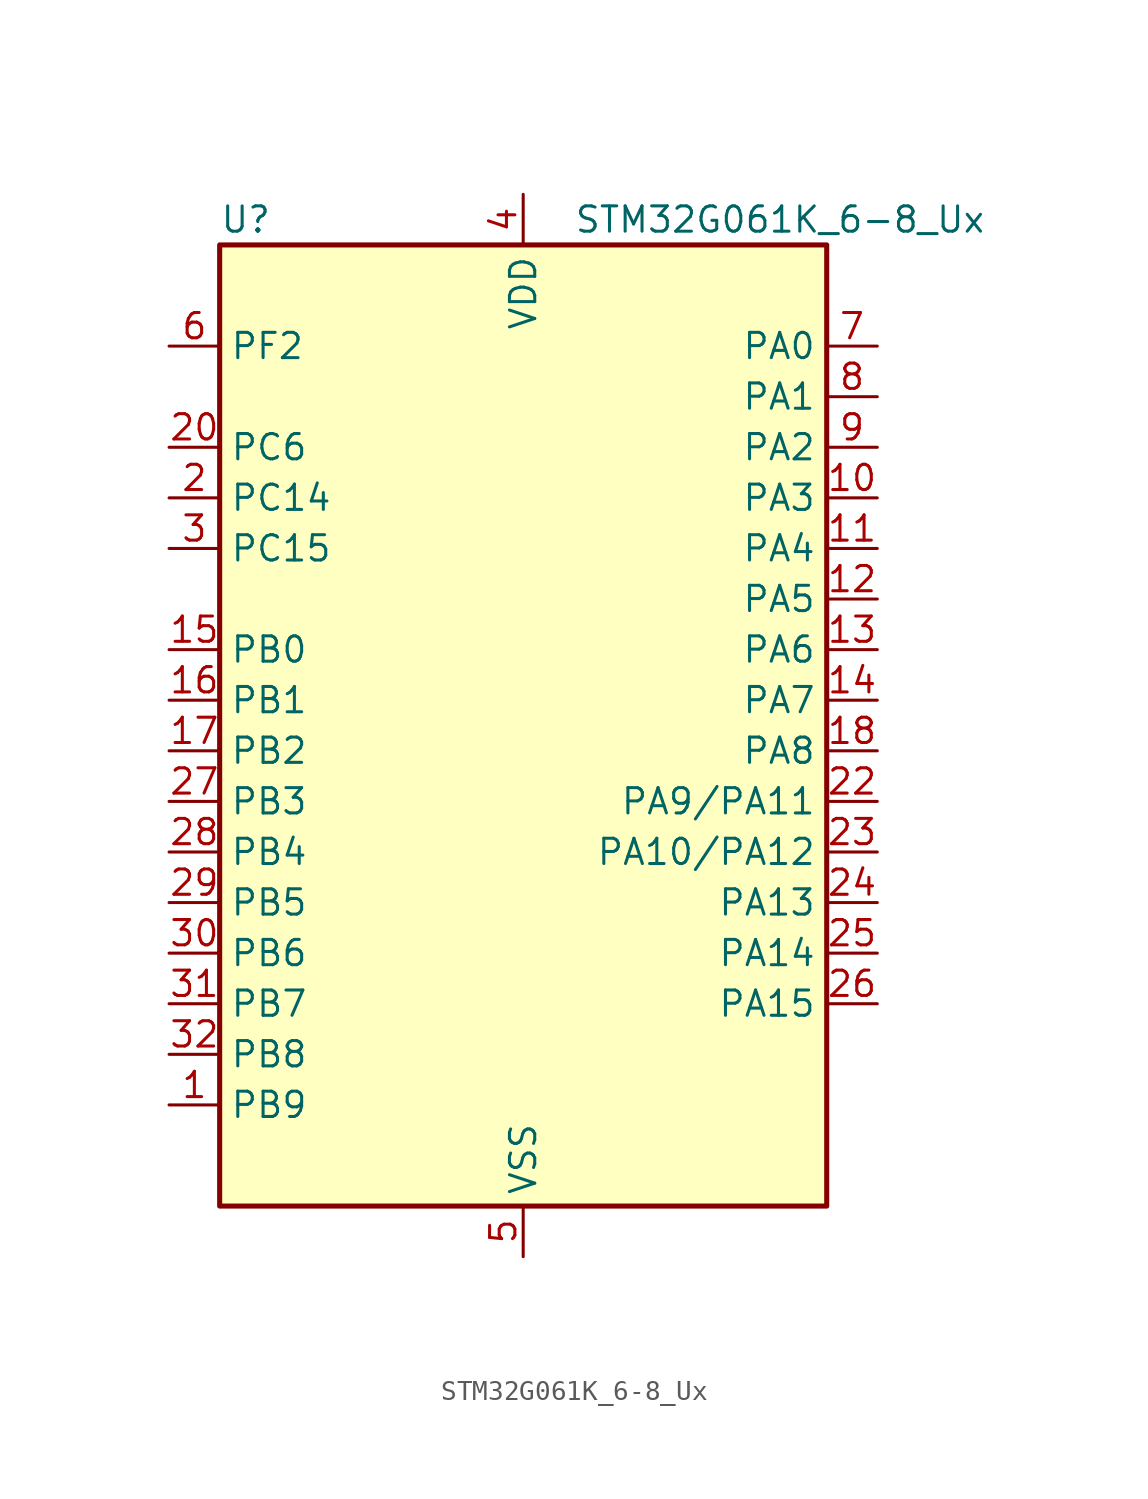
<source format=kicad_sym>
(kicad_symbol_lib
  (version 20241209)
  (generator "kicad_symbol_editor")
  (generator_version "9.0")
  (symbol "STM32G061K_6-8_Ux"
    (property "Reference" "U"
      (at -15.24 26.67 0)
      (effects (font (size 1.27 1.27)) (justify left)))
    (property "Value" "STM32G061K_6-8_Ux"
      (at 2.54 26.67 0)
      (effects (font (size 1.27 1.27)) (justify left)))
    (symbol "STM32G061K_6-8_Ux_0_1"
      (rectangle (start -15.24 -22.86) (end 15.24 25.4) (stroke (width 0.254) (type default)) (fill (type background))))
    (symbol "STM32G061K_6-8_Ux_1_1"
      (pin bidirectional line (at -17.78 20.32 0) (length 2.54) (name "PF2" (effects (font (size 1.27 1.27)))) (number "6" (effects (font (size 1.27 1.27)))) (alternate "RCC_MCO" bidirectional line))
      (pin bidirectional line (at -17.78 15.24 0) (length 2.54) (name "PC6" (effects (font (size 1.27 1.27)))) (number "20" (effects (font (size 1.27 1.27)))) (alternate "TIM2_CH3" bidirectional line) (alternate "TIM3_CH1" bidirectional line))
      (pin bidirectional line (at -17.78 12.7 0) (length 2.54) (name "PC14" (effects (font (size 1.27 1.27)))) (number "2" (effects (font (size 1.27 1.27)))) (alternate "RCC_OSC32_IN" bidirectional line) (alternate "RCC_OSC_IN" bidirectional line) (alternate "TIM1_BK2" bidirectional line))
      (pin bidirectional line (at -17.78 10.16 0) (length 2.54) (name "PC15" (effects (font (size 1.27 1.27)))) (number "3" (effects (font (size 1.27 1.27)))) (alternate "RCC_OSC32_EN" bidirectional line) (alternate "RCC_OSC32_OUT" bidirectional line) (alternate "RCC_OSC_EN" bidirectional line) (alternate "TIM15_BK" bidirectional line))
      (pin bidirectional line (at -17.78 5.08 0) (length 2.54) (name "PB0" (effects (font (size 1.27 1.27)))) (number "15" (effects (font (size 1.27 1.27)))) (alternate "ADC1_IN8" bidirectional line) (alternate "COMP1_OUT" bidirectional line) (alternate "I2S1_WS" bidirectional line) (alternate "LPTIM1_OUT" bidirectional line) (alternate "SPI1_NSS" bidirectional line) (alternate "TIM1_CH2N" bidirectional line) (alternate "TIM3_CH3" bidirectional line))
      (pin bidirectional line (at -17.78 2.54 0) (length 2.54) (name "PB1" (effects (font (size 1.27 1.27)))) (number "16" (effects (font (size 1.27 1.27)))) (alternate "ADC1_IN9" bidirectional line) (alternate "COMP1_INM" bidirectional line) (alternate "LPTIM2_IN1" bidirectional line) (alternate "LPUART1_DE" bidirectional line) (alternate "LPUART1_RTS" bidirectional line) (alternate "TIM14_CH1" bidirectional line) (alternate "TIM1_CH3N" bidirectional line) (alternate "TIM3_CH4" bidirectional line))
      (pin bidirectional line (at -17.78 0 0) (length 2.54) (name "PB2" (effects (font (size 1.27 1.27)))) (number "17" (effects (font (size 1.27 1.27)))) (alternate "ADC1_IN10" bidirectional line) (alternate "COMP1_INP" bidirectional line) (alternate "LPTIM1_OUT" bidirectional line) (alternate "SPI2_MISO" bidirectional line))
      (pin bidirectional line (at -17.78 -2.54 0) (length 2.54) (name "PB3" (effects (font (size 1.27 1.27)))) (number "27" (effects (font (size 1.27 1.27)))) (alternate "COMP2_INM" bidirectional line) (alternate "I2S1_CK" bidirectional line) (alternate "SPI1_SCK" bidirectional line) (alternate "TIM1_CH2" bidirectional line) (alternate "TIM2_CH2" bidirectional line) (alternate "USART1_CK" bidirectional line) (alternate "USART1_DE" bidirectional line) (alternate "USART1_RTS" bidirectional line))
      (pin bidirectional line (at -17.78 -5.08 0) (length 2.54) (name "PB4" (effects (font (size 1.27 1.27)))) (number "28" (effects (font (size 1.27 1.27)))) (alternate "COMP2_INP" bidirectional line) (alternate "I2S1_MCK" bidirectional line) (alternate "SPI1_MISO" bidirectional line) (alternate "TIM17_BK" bidirectional line) (alternate "TIM3_CH1" bidirectional line) (alternate "USART1_CTS" bidirectional line) (alternate "USART1_NSS" bidirectional line))
      (pin bidirectional line (at -17.78 -7.62 0) (length 2.54) (name "PB5" (effects (font (size 1.27 1.27)))) (number "29" (effects (font (size 1.27 1.27)))) (alternate "COMP2_OUT" bidirectional line) (alternate "I2C1_SMBA" bidirectional line) (alternate "I2S1_SD" bidirectional line) (alternate "LPTIM1_IN1" bidirectional line) (alternate "SPI1_MOSI" bidirectional line) (alternate "SYS_WKUP6" bidirectional line) (alternate "TIM16_BK" bidirectional line) (alternate "TIM3_CH2" bidirectional line))
      (pin bidirectional line (at -17.78 -10.16 0) (length 2.54) (name "PB6" (effects (font (size 1.27 1.27)))) (number "30" (effects (font (size 1.27 1.27)))) (alternate "COMP2_INP" bidirectional line) (alternate "I2C1_SCL" bidirectional line) (alternate "LPTIM1_ETR" bidirectional line) (alternate "SPI2_MISO" bidirectional line) (alternate "TIM16_CH1N" bidirectional line) (alternate "TIM1_CH3" bidirectional line) (alternate "USART1_TX" bidirectional line))
      (pin bidirectional line (at -17.78 -12.7 0) (length 2.54) (name "PB7" (effects (font (size 1.27 1.27)))) (number "31" (effects (font (size 1.27 1.27)))) (alternate "ADC1_IN11" bidirectional line) (alternate "COMP2_INM" bidirectional line) (alternate "I2C1_SDA" bidirectional line) (alternate "LPTIM1_IN2" bidirectional line) (alternate "SPI2_MOSI" bidirectional line) (alternate "SYS_PVD_IN" bidirectional line) (alternate "TIM17_CH1N" bidirectional line) (alternate "USART1_RX" bidirectional line))
      (pin bidirectional line (at -17.78 -15.24 0) (length 2.54) (name "PB8" (effects (font (size 1.27 1.27)))) (number "32" (effects (font (size 1.27 1.27)))) (alternate "I2C1_SCL" bidirectional line) (alternate "SPI2_SCK" bidirectional line) (alternate "TIM15_BK" bidirectional line) (alternate "TIM16_CH1" bidirectional line))
      (pin bidirectional line (at -17.78 -17.78 0) (length 2.54) (name "PB9" (effects (font (size 1.27 1.27)))) (number "1" (effects (font (size 1.27 1.27)))) (alternate "DAC1_EXTI9" bidirectional line) (alternate "I2C1_SDA" bidirectional line) (alternate "IR_OUT" bidirectional line) (alternate "SPI2_NSS" bidirectional line) (alternate "TIM17_CH1" bidirectional line))
      (pin no_connect line (at -15.24 -20.32 0) (length 2.54) (hide yes) (name "NC/PA10" (effects (font (size 1.27 1.27)))) (number "21" (effects (font (size 1.27 1.27)))) (alternate "I2C1_SDA (PA10)" bidirectional line) (alternate "NC" bidirectional line) (alternate "PA10" bidirectional line) (alternate "SPI2_MOSI (PA10)" bidirectional line) (alternate "TIM17_BK (PA10)" bidirectional line) (alternate "TIM1_CH3 (PA10)" bidirectional line) (alternate "USART1_RX (PA10)" bidirectional line))
      (pin no_connect line (at -15.24 -22.86 0) (length 2.54) (hide yes) (name "NC/PA9" (effects (font (size 1.27 1.27)))) (number "19" (effects (font (size 1.27 1.27)))) (alternate "DAC1_EXTI9 (PA9)" bidirectional line) (alternate "I2C1_SCL (PA9)" bidirectional line) (alternate "NC" bidirectional line) (alternate "PA9" bidirectional line) (alternate "RCC_MCO (PA9)" bidirectional line) (alternate "SPI2_MISO (PA9)" bidirectional line) (alternate "TIM15_BK (PA9)" bidirectional line) (alternate "TIM1_CH2 (PA9)" bidirectional line) (alternate "USART1_TX (PA9)" bidirectional line))
      (pin power_in line (at 0 27.94 270) (length 2.54) (name "VDD" (effects (font (size 1.27 1.27)))) (number "4" (effects (font (size 1.27 1.27)))))
      (pin passive line (at 0 -25.4 90) (length 2.54) (hide yes) (name "VSS" (effects (font (size 1.27 1.27)))) (number "33" (effects (font (size 1.27 1.27)))))
      (pin power_in line (at 0 -25.4 90) (length 2.54) (name "VSS" (effects (font (size 1.27 1.27)))) (number "5" (effects (font (size 1.27 1.27)))))
      (pin bidirectional line (at 17.78 20.32 180) (length 2.54) (name "PA0" (effects (font (size 1.27 1.27)))) (number "7" (effects (font (size 1.27 1.27)))) (alternate "ADC1_IN0" bidirectional line) (alternate "COMP1_INM" bidirectional line) (alternate "COMP1_OUT" bidirectional line) (alternate "LPTIM1_OUT" bidirectional line) (alternate "RTC_TAMP_IN2" bidirectional line) (alternate "SPI2_SCK" bidirectional line) (alternate "SYS_WKUP1" bidirectional line) (alternate "TIM2_CH1" bidirectional line) (alternate "TIM2_ETR" bidirectional line) (alternate "USART2_CTS" bidirectional line) (alternate "USART2_NSS" bidirectional line))
      (pin bidirectional line (at 17.78 17.78 180) (length 2.54) (name "PA1" (effects (font (size 1.27 1.27)))) (number "8" (effects (font (size 1.27 1.27)))) (alternate "ADC1_IN1" bidirectional line) (alternate "COMP1_INP" bidirectional line) (alternate "I2C1_SMBA" bidirectional line) (alternate "I2S1_CK" bidirectional line) (alternate "SPI1_SCK" bidirectional line) (alternate "TIM15_CH1N" bidirectional line) (alternate "TIM2_CH2" bidirectional line) (alternate "USART2_CK" bidirectional line) (alternate "USART2_DE" bidirectional line) (alternate "USART2_RTS" bidirectional line))
      (pin bidirectional line (at 17.78 15.24 180) (length 2.54) (name "PA2" (effects (font (size 1.27 1.27)))) (number "9" (effects (font (size 1.27 1.27)))) (alternate "ADC1_IN2" bidirectional line) (alternate "COMP2_INM" bidirectional line) (alternate "COMP2_OUT" bidirectional line) (alternate "I2S1_SD" bidirectional line) (alternate "LPUART1_TX" bidirectional line) (alternate "RCC_LSCO" bidirectional line) (alternate "SPI1_MOSI" bidirectional line) (alternate "SYS_WKUP4" bidirectional line) (alternate "TIM15_CH1" bidirectional line) (alternate "TIM2_CH3" bidirectional line) (alternate "USART2_TX" bidirectional line))
      (pin bidirectional line (at 17.78 12.7 180) (length 2.54) (name "PA3" (effects (font (size 1.27 1.27)))) (number "10" (effects (font (size 1.27 1.27)))) (alternate "ADC1_IN3" bidirectional line) (alternate "COMP2_INP" bidirectional line) (alternate "LPUART1_RX" bidirectional line) (alternate "SPI2_MISO" bidirectional line) (alternate "TIM15_CH2" bidirectional line) (alternate "TIM2_CH4" bidirectional line) (alternate "USART2_RX" bidirectional line))
      (pin bidirectional line (at 17.78 10.16 180) (length 2.54) (name "PA4" (effects (font (size 1.27 1.27)))) (number "11" (effects (font (size 1.27 1.27)))) (alternate "ADC1_IN4" bidirectional line) (alternate "DAC1_OUT1" bidirectional line) (alternate "I2S1_WS" bidirectional line) (alternate "LPTIM2_OUT" bidirectional line) (alternate "RTC_OUT1" bidirectional line) (alternate "RTC_TAMP_IN1" bidirectional line) (alternate "RTC_TS" bidirectional line) (alternate "SPI1_NSS" bidirectional line) (alternate "SPI2_MOSI" bidirectional line) (alternate "SYS_WKUP2" bidirectional line) (alternate "TIM14_CH1" bidirectional line))
      (pin bidirectional line (at 17.78 7.62 180) (length 2.54) (name "PA5" (effects (font (size 1.27 1.27)))) (number "12" (effects (font (size 1.27 1.27)))) (alternate "ADC1_IN5" bidirectional line) (alternate "DAC1_OUT2" bidirectional line) (alternate "I2S1_CK" bidirectional line) (alternate "LPTIM2_ETR" bidirectional line) (alternate "SPI1_SCK" bidirectional line) (alternate "TIM2_CH1" bidirectional line) (alternate "TIM2_ETR" bidirectional line))
      (pin bidirectional line (at 17.78 5.08 180) (length 2.54) (name "PA6" (effects (font (size 1.27 1.27)))) (number "13" (effects (font (size 1.27 1.27)))) (alternate "ADC1_IN6" bidirectional line) (alternate "COMP1_OUT" bidirectional line) (alternate "I2S1_MCK" bidirectional line) (alternate "LPUART1_CTS" bidirectional line) (alternate "SPI1_MISO" bidirectional line) (alternate "TIM16_CH1" bidirectional line) (alternate "TIM1_BK" bidirectional line) (alternate "TIM3_CH1" bidirectional line))
      (pin bidirectional line (at 17.78 2.54 180) (length 2.54) (name "PA7" (effects (font (size 1.27 1.27)))) (number "14" (effects (font (size 1.27 1.27)))) (alternate "ADC1_IN7" bidirectional line) (alternate "COMP2_OUT" bidirectional line) (alternate "I2S1_SD" bidirectional line) (alternate "SPI1_MOSI" bidirectional line) (alternate "TIM14_CH1" bidirectional line) (alternate "TIM17_CH1" bidirectional line) (alternate "TIM1_CH1N" bidirectional line) (alternate "TIM3_CH2" bidirectional line))
      (pin bidirectional line (at 17.78 0 180) (length 2.54) (name "PA8" (effects (font (size 1.27 1.27)))) (number "18" (effects (font (size 1.27 1.27)))) (alternate "LPTIM2_OUT" bidirectional line) (alternate "RCC_MCO" bidirectional line) (alternate "SPI2_NSS" bidirectional line) (alternate "TIM1_CH1" bidirectional line))
      (pin bidirectional line (at 17.78 -2.54 180) (length 2.54) (name "PA9/PA11" (effects (font (size 1.27 1.27)))) (number "22" (effects (font (size 1.27 1.27)))) (alternate "ADC1_EXTI11 (PA11)" bidirectional line) (alternate "ADC1_IN15 (PA11)" bidirectional line) (alternate "COMP1_OUT (PA11)" bidirectional line) (alternate "DAC1_EXTI9 (PA9)" bidirectional line) (alternate "I2C1_SCL (PA9)" bidirectional line) (alternate "I2C2_SCL (PA11)" bidirectional line) (alternate "I2S1_MCK (PA11)" bidirectional line) (alternate "PA11" bidirectional line) (alternate "PA9" bidirectional line) (alternate "RCC_MCO (PA9)" bidirectional line) (alternate "SPI1_MISO (PA11)" bidirectional line) (alternate "SPI2_MISO (PA9)" bidirectional line) (alternate "TIM15_BK (PA9)" bidirectional line) (alternate "TIM1_BK2 (PA11)" bidirectional line) (alternate "TIM1_CH2 (PA9)" bidirectional line) (alternate "TIM1_CH4 (PA11)" bidirectional line) (alternate "USART1_CTS (PA11)" bidirectional line) (alternate "USART1_NSS (PA11)" bidirectional line) (alternate "USART1_TX (PA9)" bidirectional line))
      (pin bidirectional line (at 17.78 -5.08 180) (length 2.54) (name "PA10/PA12" (effects (font (size 1.27 1.27)))) (number "23" (effects (font (size 1.27 1.27)))) (alternate "ADC1_IN16 (PA12)" bidirectional line) (alternate "COMP2_OUT (PA12)" bidirectional line) (alternate "I2C1_SDA (PA10)" bidirectional line) (alternate "I2C2_SDA (PA12)" bidirectional line) (alternate "I2S1_SD (PA12)" bidirectional line) (alternate "I2S_CKIN (PA12)" bidirectional line) (alternate "PA10" bidirectional line) (alternate "PA12" bidirectional line) (alternate "SPI1_MOSI (PA12)" bidirectional line) (alternate "SPI2_MOSI (PA10)" bidirectional line) (alternate "TIM17_BK (PA10)" bidirectional line) (alternate "TIM1_CH3 (PA10)" bidirectional line) (alternate "TIM1_ETR (PA12)" bidirectional line) (alternate "USART1_CK (PA12)" bidirectional line) (alternate "USART1_DE (PA12)" bidirectional line) (alternate "USART1_RTS (PA12)" bidirectional line) (alternate "USART1_RX (PA10)" bidirectional line))
      (pin bidirectional line (at 17.78 -7.62 180) (length 2.54) (name "PA13" (effects (font (size 1.27 1.27)))) (number "24" (effects (font (size 1.27 1.27)))) (alternate "ADC1_IN17" bidirectional line) (alternate "IR_OUT" bidirectional line) (alternate "SYS_SWDIO" bidirectional line))
      (pin bidirectional line (at 17.78 -10.16 180) (length 2.54) (name "PA14" (effects (font (size 1.27 1.27)))) (number "25" (effects (font (size 1.27 1.27)))) (alternate "ADC1_IN18" bidirectional line) (alternate "SYS_SWCLK" bidirectional line) (alternate "USART2_TX" bidirectional line))
      (pin bidirectional line (at 17.78 -12.7 180) (length 2.54) (name "PA15" (effects (font (size 1.27 1.27)))) (number "26" (effects (font (size 1.27 1.27)))) (alternate "I2S1_WS" bidirectional line) (alternate "SPI1_NSS" bidirectional line) (alternate "TIM2_CH1" bidirectional line) (alternate "TIM2_ETR" bidirectional line) (alternate "USART2_RX" bidirectional line)))))
</source>
